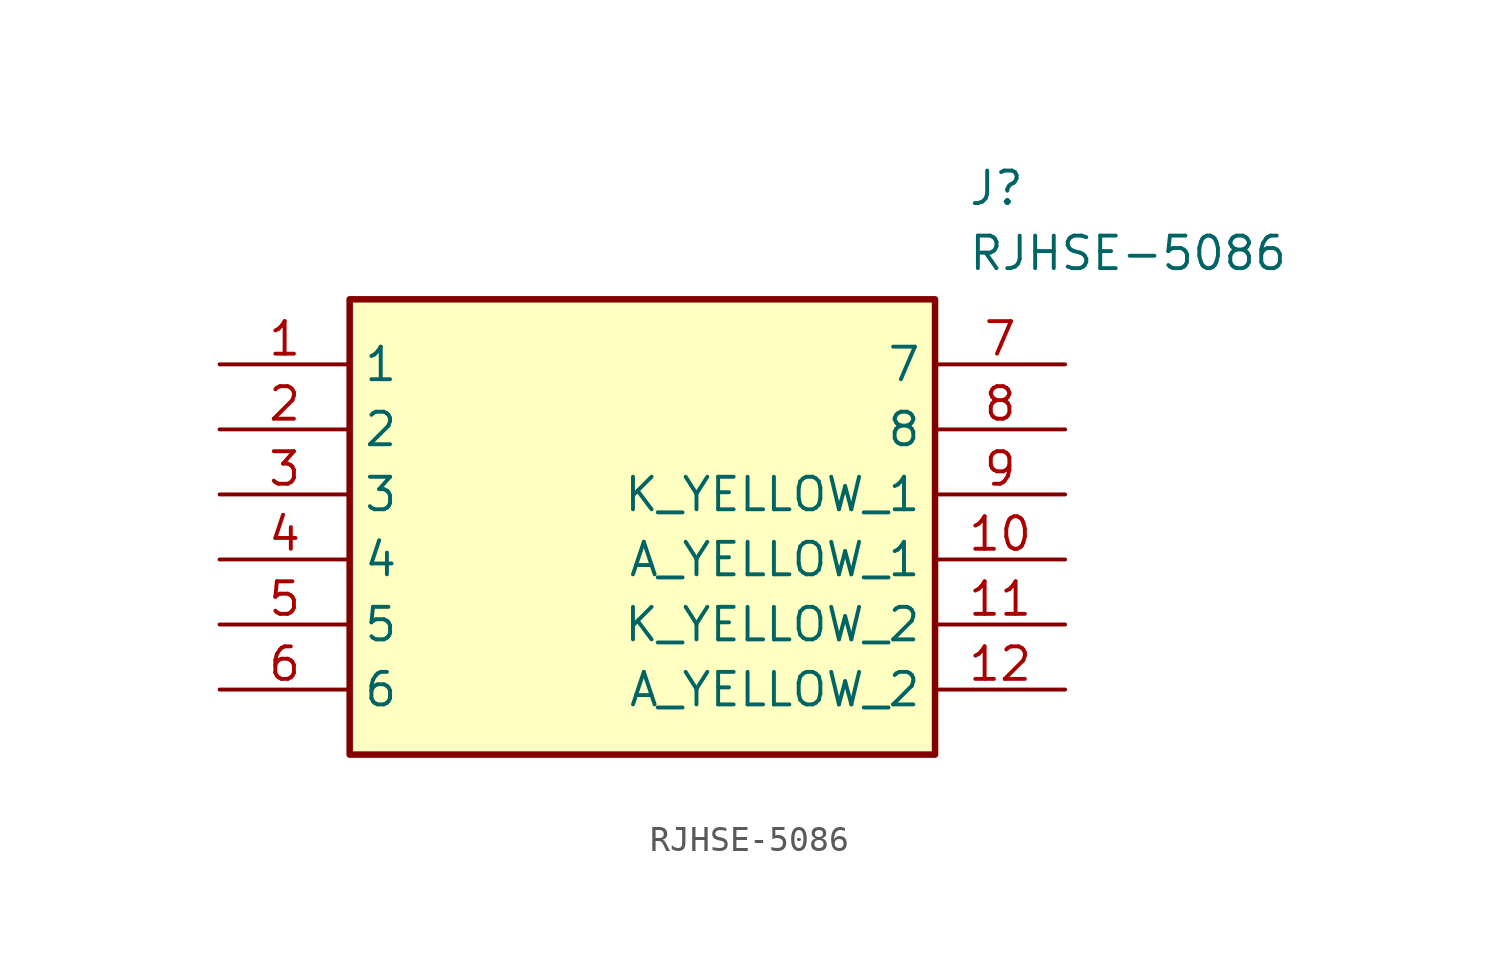
<source format=kicad_sym>
(kicad_symbol_lib
  (version 20211014)
  (generator SamacSys_ECAD_Model)
  (symbol "RJHSE-5086"
    (property "Reference" "J"
      (at 29.21 7.62 0)
      (effects (font (size 1.27 1.27)) (justify left top)))
    (property "Value" "RJHSE-5086"
      (at 29.21 5.08 0)
      (effects (font (size 1.27 1.27)) (justify left top)))
    (rectangle
      (start 5.08 2.54)
      (end 27.94 -15.24)
      (stroke (width 0.254) (type default))
      (fill (type background)))
    (pin passive line
      (at 0 0 0)
      (length 5.08)
      (name "1" (effects (font (size 1.27 1.27))))
      (number "1" (effects (font (size 1.27 1.27)))))
    (pin passive line
      (at 0 -2.54 0)
      (length 5.08)
      (name "2" (effects (font (size 1.27 1.27))))
      (number "2" (effects (font (size 1.27 1.27)))))
    (pin passive line
      (at 0 -5.08 0)
      (length 5.08)
      (name "3" (effects (font (size 1.27 1.27))))
      (number "3" (effects (font (size 1.27 1.27)))))
    (pin passive line
      (at 0 -7.62 0)
      (length 5.08)
      (name "4" (effects (font (size 1.27 1.27))))
      (number "4" (effects (font (size 1.27 1.27)))))
    (pin passive line
      (at 0 -10.16 0)
      (length 5.08)
      (name "5" (effects (font (size 1.27 1.27))))
      (number "5" (effects (font (size 1.27 1.27)))))
    (pin passive line
      (at 0 -12.7 0)
      (length 5.08)
      (name "6" (effects (font (size 1.27 1.27))))
      (number "6" (effects (font (size 1.27 1.27)))))
    (pin passive line
      (at 33.02 0 180)
      (length 5.08)
      (name "7" (effects (font (size 1.27 1.27))))
      (number "7" (effects (font (size 1.27 1.27)))))
    (pin passive line
      (at 33.02 -2.54 180)
      (length 5.08)
      (name "8" (effects (font (size 1.27 1.27))))
      (number "8" (effects (font (size 1.27 1.27)))))
    (pin passive line
      (at 33.02 -5.08 180)
      (length 5.08)
      (name "K_YELLOW_1" (effects (font (size 1.27 1.27))))
      (number "9" (effects (font (size 1.27 1.27)))))
    (pin passive line
      (at 33.02 -7.62 180)
      (length 5.08)
      (name "A_YELLOW_1" (effects (font (size 1.27 1.27))))
      (number "10" (effects (font (size 1.27 1.27)))))
    (pin passive line
      (at 33.02 -10.16 180)
      (length 5.08)
      (name "K_YELLOW_2" (effects (font (size 1.27 1.27))))
      (number "11" (effects (font (size 1.27 1.27)))))
    (pin passive line
      (at 33.02 -12.7 180)
      (length 5.08)
      (name "A_YELLOW_2" (effects (font (size 1.27 1.27))))
      (number "12" (effects (font (size 1.27 1.27)))))))
</source>
